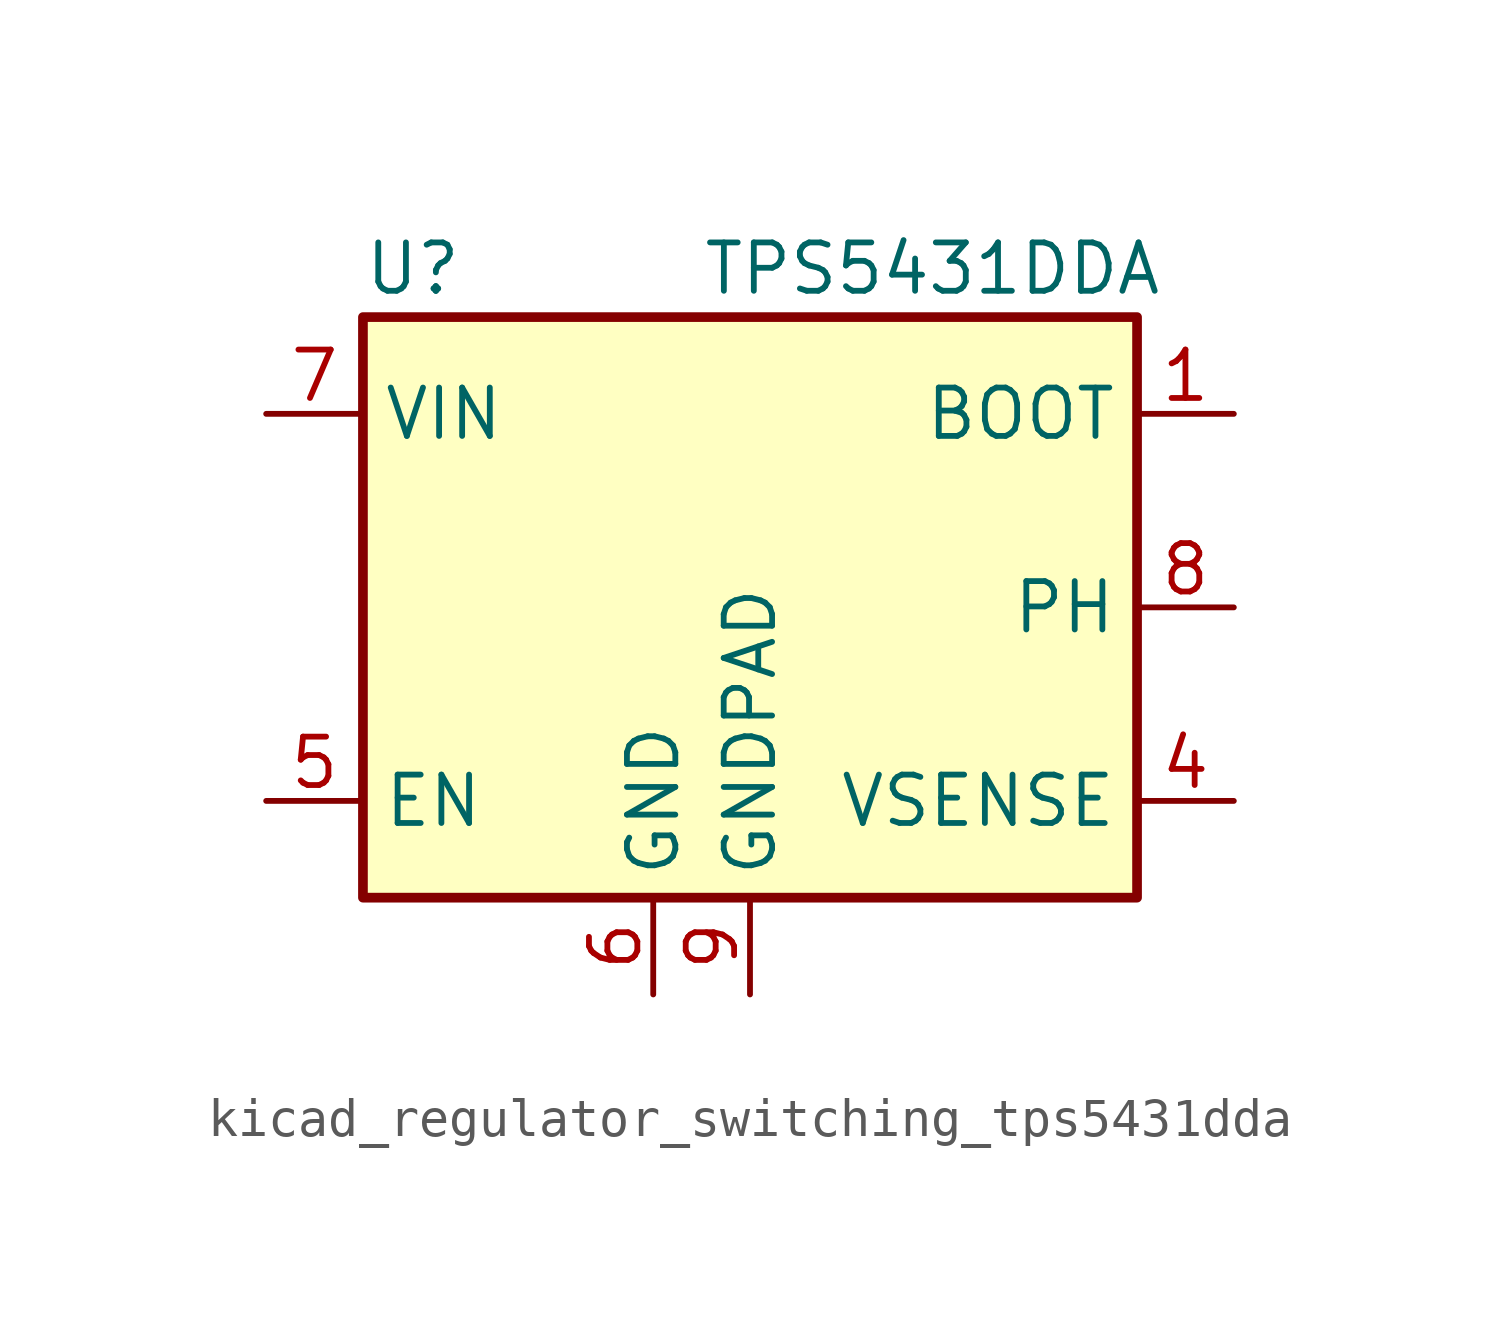
<source format=kicad_sym>
(kicad_symbol_lib
  (version 20220914)
  (generator kicad_symbol_editor)
  (symbol "kicad_regulator_switching_tps5431dda"
    (property "Reference" "U"
      (at -10.16 8.89 0)
      (effects (font (size 1.27 1.27)) (justify left)))
    (property "Value" "TPS5431DDA"
      (at -1.27 8.89 0)
      (effects (font (size 1.27 1.27)) (justify left)))
    (symbol "kicad_regulator_switching_tps5431dda_0_1"
      (rectangle (start -10.16 7.62) (end 10.16 -7.62) (stroke (width 0.254) (type default)) (fill (type background))))
    (symbol "kicad_regulator_switching_tps5431dda_1_1"
      (pin input line (at 12.7 5.08 180) (length 2.54) (name "BOOT" (effects (font (size 1.27 1.27)))) (number "1" (effects (font (size 1.27 1.27)))))
      (pin no_connect line (at -10.16 2.54 0) (length 2.54) hide (name "NC" (effects (font (size 1.27 1.27)))) (number "2" (effects (font (size 1.27 1.27)))))
      (pin no_connect line (at -10.16 -2.54 0) (length 2.54) hide (name "NC" (effects (font (size 1.27 1.27)))) (number "3" (effects (font (size 1.27 1.27)))))
      (pin input line (at 12.7 -5.08 180) (length 2.54) (name "VSENSE" (effects (font (size 1.27 1.27)))) (number "4" (effects (font (size 1.27 1.27)))))
      (pin input line (at -12.7 -5.08 0) (length 2.54) (name "EN" (effects (font (size 1.27 1.27)))) (number "5" (effects (font (size 1.27 1.27)))))
      (pin power_in line (at -2.54 -10.16 90) (length 2.54) (name "GND" (effects (font (size 1.27 1.27)))) (number "6" (effects (font (size 1.27 1.27)))))
      (pin power_in line (at -12.7 5.08 0) (length 2.54) (name "VIN" (effects (font (size 1.27 1.27)))) (number "7" (effects (font (size 1.27 1.27)))))
      (pin output line (at 12.7 0 180) (length 2.54) (name "PH" (effects (font (size 1.27 1.27)))) (number "8" (effects (font (size 1.27 1.27)))))
      (pin power_in line (at 0 -10.16 90) (length 2.54) (name "GNDPAD" (effects (font (size 1.27 1.27)))) (number "9" (effects (font (size 1.27 1.27))))))))
</source>
